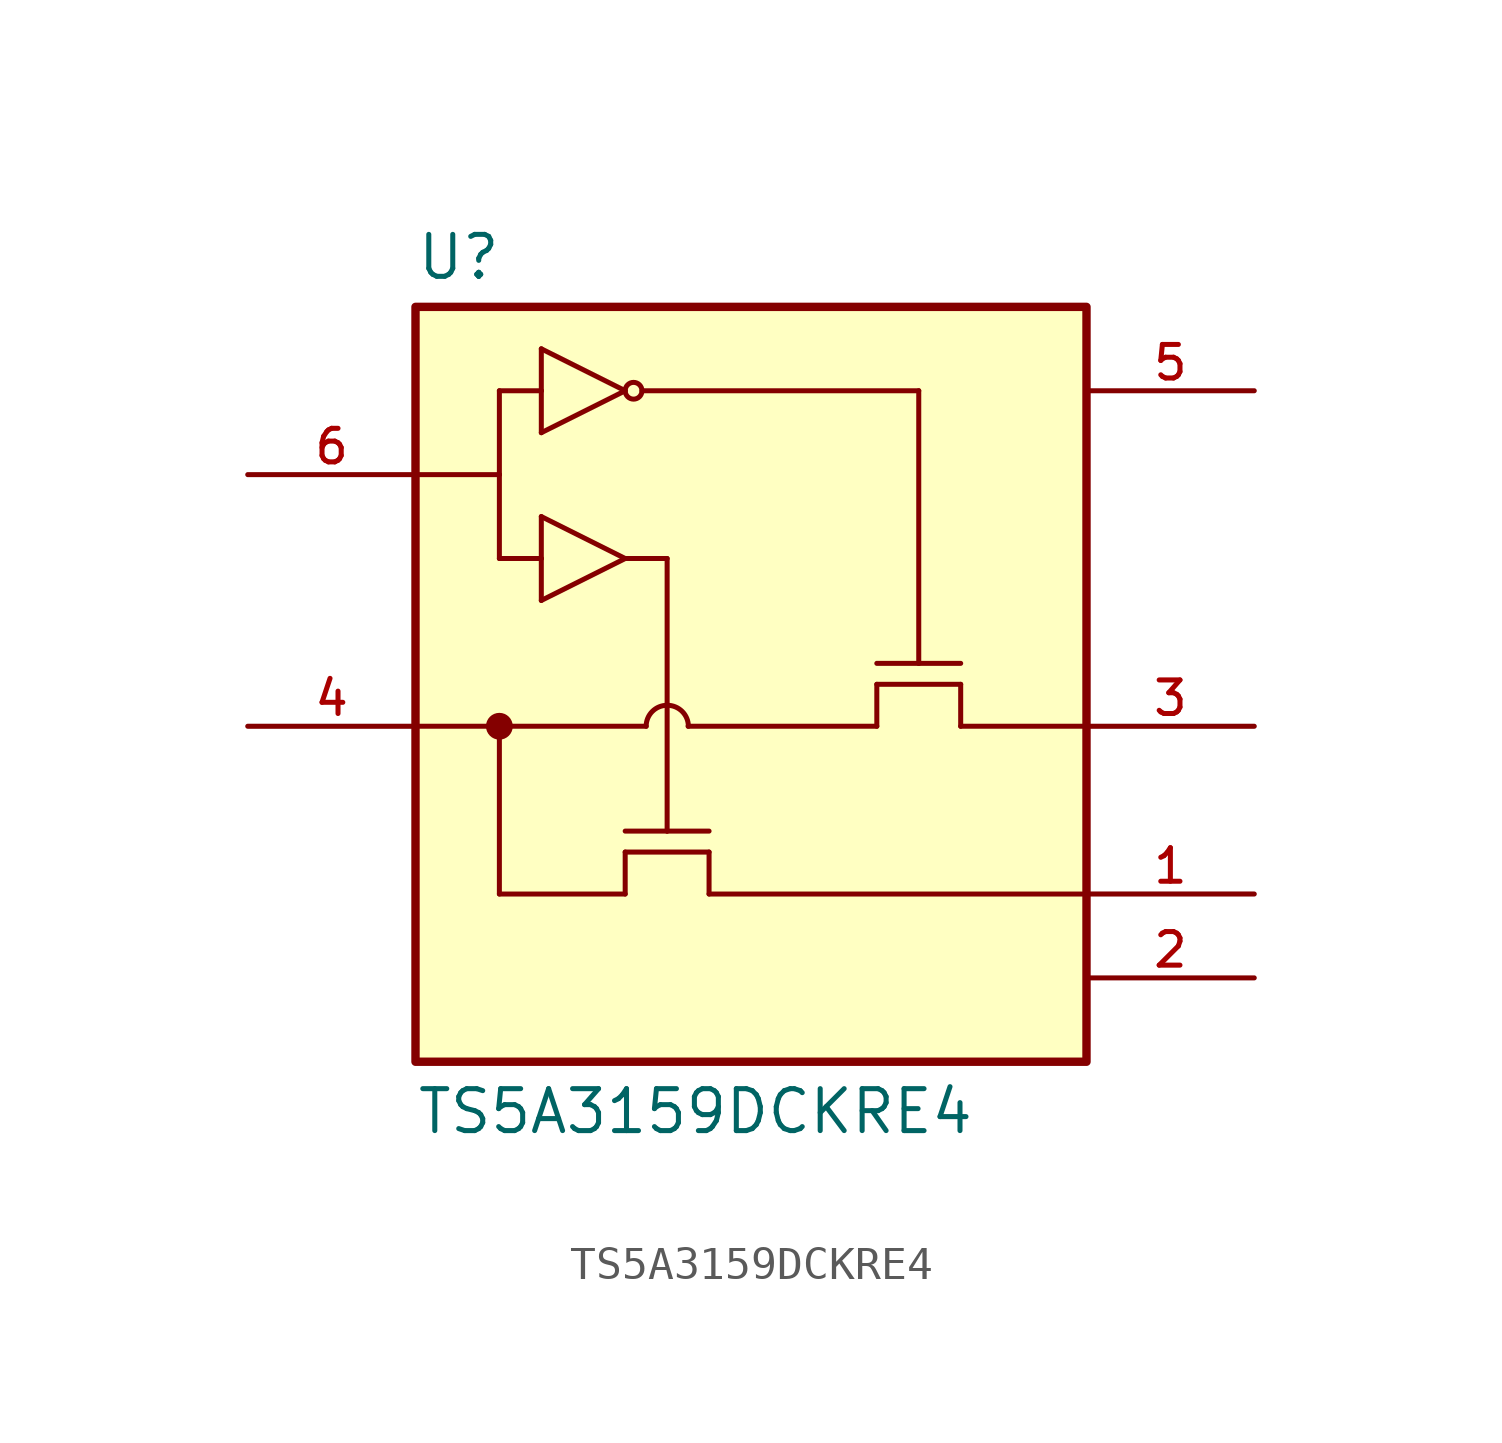
<source format=kicad_sym>
(kicad_symbol_lib
  (version 20241209)
  (generator "kicad_symbol_editor")
  (generator_version "9.0")
  (symbol "TS5A3159DCKRE4"
    (pin_names
      (offset 1.016))
    (property "Reference" "U"
      (at -10.16 10.922 0)
      (effects (font (size 1.27 1.27)) (justify left bottom)))
    (property "Value" "TS5A3159DCKRE4"
      (at -10.16 -13.462 0)
      (effects (font (size 1.27 1.27)) (justify left top)))
    (symbol "TS5A3159DCKRE4_0_0"
      (polyline (pts (xy -10.16 5.08) (xy -7.62 5.08)) (stroke (width 0.152) (type default)) (fill (type none)))
      (polyline (pts (xy -10.16 -2.54) (xy -7.62 -2.54)) (stroke (width 0.152) (type default)) (fill (type none)))
      (rectangle (start -10.16 -12.7) (end 10.16 10.16) (stroke (width 0.254) (type default)) (fill (type background)))
      (polyline (pts (xy -7.62 7.62) (xy -7.62 5.08)) (stroke (width 0.152) (type default)) (fill (type none)))
      (polyline (pts (xy -7.62 7.62) (xy -6.35 7.62)) (stroke (width 0.152) (type default)) (fill (type none)))
      (polyline (pts (xy -7.62 5.08) (xy -7.62 2.54)) (stroke (width 0.152) (type default)) (fill (type none)))
      (polyline (pts (xy -7.62 2.54) (xy -6.35 2.54)) (stroke (width 0.152) (type default)) (fill (type none)))
      (circle (center -7.62 -2.54) (radius 0.203) (stroke (width 0.406) (type default)) (fill (type none)))
      (polyline (pts (xy -7.62 -2.54) (xy -7.62 -7.62)) (stroke (width 0.152) (type default)) (fill (type none)))
      (polyline (pts (xy -7.62 -2.54) (xy -3.175 -2.54)) (stroke (width 0.152) (type default)) (fill (type none)))
      (polyline (pts (xy -7.62 -7.62) (xy -3.81 -7.62)) (stroke (width 0.152) (type default)) (fill (type none)))
      (polyline (pts (xy -6.35 8.89) (xy -6.35 7.62)) (stroke (width 0.152) (type default)) (fill (type none)))
      (polyline (pts (xy -6.35 7.62) (xy -6.35 6.35)) (stroke (width 0.152) (type default)) (fill (type none)))
      (polyline (pts (xy -6.35 6.35) (xy -3.81 7.62)) (stroke (width 0.152) (type default)) (fill (type none)))
      (polyline (pts (xy -6.35 3.81) (xy -6.35 2.54)) (stroke (width 0.152) (type default)) (fill (type none)))
      (polyline (pts (xy -6.35 2.54) (xy -6.35 1.27)) (stroke (width 0.152) (type default)) (fill (type none)))
      (polyline (pts (xy -6.35 1.27) (xy -3.81 2.54)) (stroke (width 0.152) (type default)) (fill (type none)))
      (polyline (pts (xy -3.81 7.62) (xy -6.35 8.89)) (stroke (width 0.152) (type default)) (fill (type none)))
      (polyline (pts (xy -3.81 2.54) (xy -6.35 3.81)) (stroke (width 0.152) (type default)) (fill (type none)))
      (polyline (pts (xy -3.81 -5.715) (xy -2.54 -5.715)) (stroke (width 0.152) (type default)) (fill (type none)))
      (polyline (pts (xy -3.81 -6.35) (xy -1.27 -6.35)) (stroke (width 0.152) (type default)) (fill (type none)))
      (polyline (pts (xy -3.81 -7.62) (xy -3.81 -6.35)) (stroke (width 0.152) (type default)) (fill (type none)))
      (circle (center -3.556 7.62) (radius 0.254) (stroke (width 0.152) (type default)) (fill (type none)))
      (polyline (pts (xy -3.302 7.62) (xy 5.08 7.62)) (stroke (width 0.152) (type default)) (fill (type none)))
      (polyline (pts (xy -2.54 2.54) (xy -3.81 2.54)) (stroke (width 0.152) (type default)) (fill (type none)))
      (polyline (pts (xy -2.54 2.54) (xy -2.54 -1.905)) (stroke (width 0.152) (type default)) (fill (type none)))
      (polyline (pts (xy -2.54 -1.905) (xy -2.54 -5.715)) (stroke (width 0.152) (type default)) (fill (type none)))
      (arc (start -3.175 -2.54) (mid -2.989 -2.091) (end -2.54 -1.905) (stroke (width 0.1524) (type default)) (fill (type none)))
      (arc (start -2.54 -1.905) (mid -2.091 -2.091) (end -1.905 -2.54) (stroke (width 0.1524) (type default)) (fill (type none)))
      (polyline (pts (xy -2.54 -5.715) (xy -1.27 -5.715)) (stroke (width 0.152) (type default)) (fill (type none)))
      (polyline (pts (xy -1.905 -2.54) (xy 3.81 -2.54)) (stroke (width 0.152) (type default)) (fill (type none)))
      (polyline (pts (xy -1.27 -6.35) (xy -1.27 -7.62)) (stroke (width 0.152) (type default)) (fill (type none)))
      (polyline (pts (xy 3.81 -0.635) (xy 5.08 -0.635)) (stroke (width 0.152) (type default)) (fill (type none)))
      (polyline (pts (xy 3.81 -1.27) (xy 6.35 -1.27)) (stroke (width 0.152) (type default)) (fill (type none)))
      (polyline (pts (xy 3.81 -2.54) (xy 3.81 -1.27)) (stroke (width 0.152) (type default)) (fill (type none)))
      (polyline (pts (xy 5.08 7.62) (xy 5.08 -0.635)) (stroke (width 0.152) (type default)) (fill (type none)))
      (polyline (pts (xy 5.08 -0.635) (xy 6.35 -0.635)) (stroke (width 0.152) (type default)) (fill (type none)))
      (polyline (pts (xy 6.35 -1.27) (xy 6.35 -2.54)) (stroke (width 0.152) (type default)) (fill (type none)))
      (polyline (pts (xy 10.16 -2.54) (xy 6.35 -2.54)) (stroke (width 0.152) (type default)) (fill (type none)))
      (polyline (pts (xy 10.16 -7.62) (xy -1.27 -7.62)) (stroke (width 0.152) (type default)) (fill (type none)))
      (pin input line (at -15.24 5.08 0) (length 5.08) (name "~" (effects (font (size 1.016 1.016)))) (number "6" (effects (font (size 1.016 1.016)))))
      (pin bidirectional line (at -15.24 -2.54 0) (length 5.08) (name "~" (effects (font (size 1.016 1.016)))) (number "4" (effects (font (size 1.016 1.016)))))
      (pin power_in line (at 15.24 7.62 180) (length 5.08) (name "~" (effects (font (size 1.016 1.016)))) (number "5" (effects (font (size 1.016 1.016)))))
      (pin bidirectional line (at 15.24 -2.54 180) (length 5.08) (name "~" (effects (font (size 1.016 1.016)))) (number "3" (effects (font (size 1.016 1.016)))))
      (pin bidirectional line (at 15.24 -7.62 180) (length 5.08) (name "~" (effects (font (size 1.016 1.016)))) (number "1" (effects (font (size 1.016 1.016)))))
      (pin power_in line (at 15.24 -10.16 180) (length 5.08) (name "~" (effects (font (size 1.016 1.016)))) (number "2" (effects (font (size 1.016 1.016))))))))
</source>
